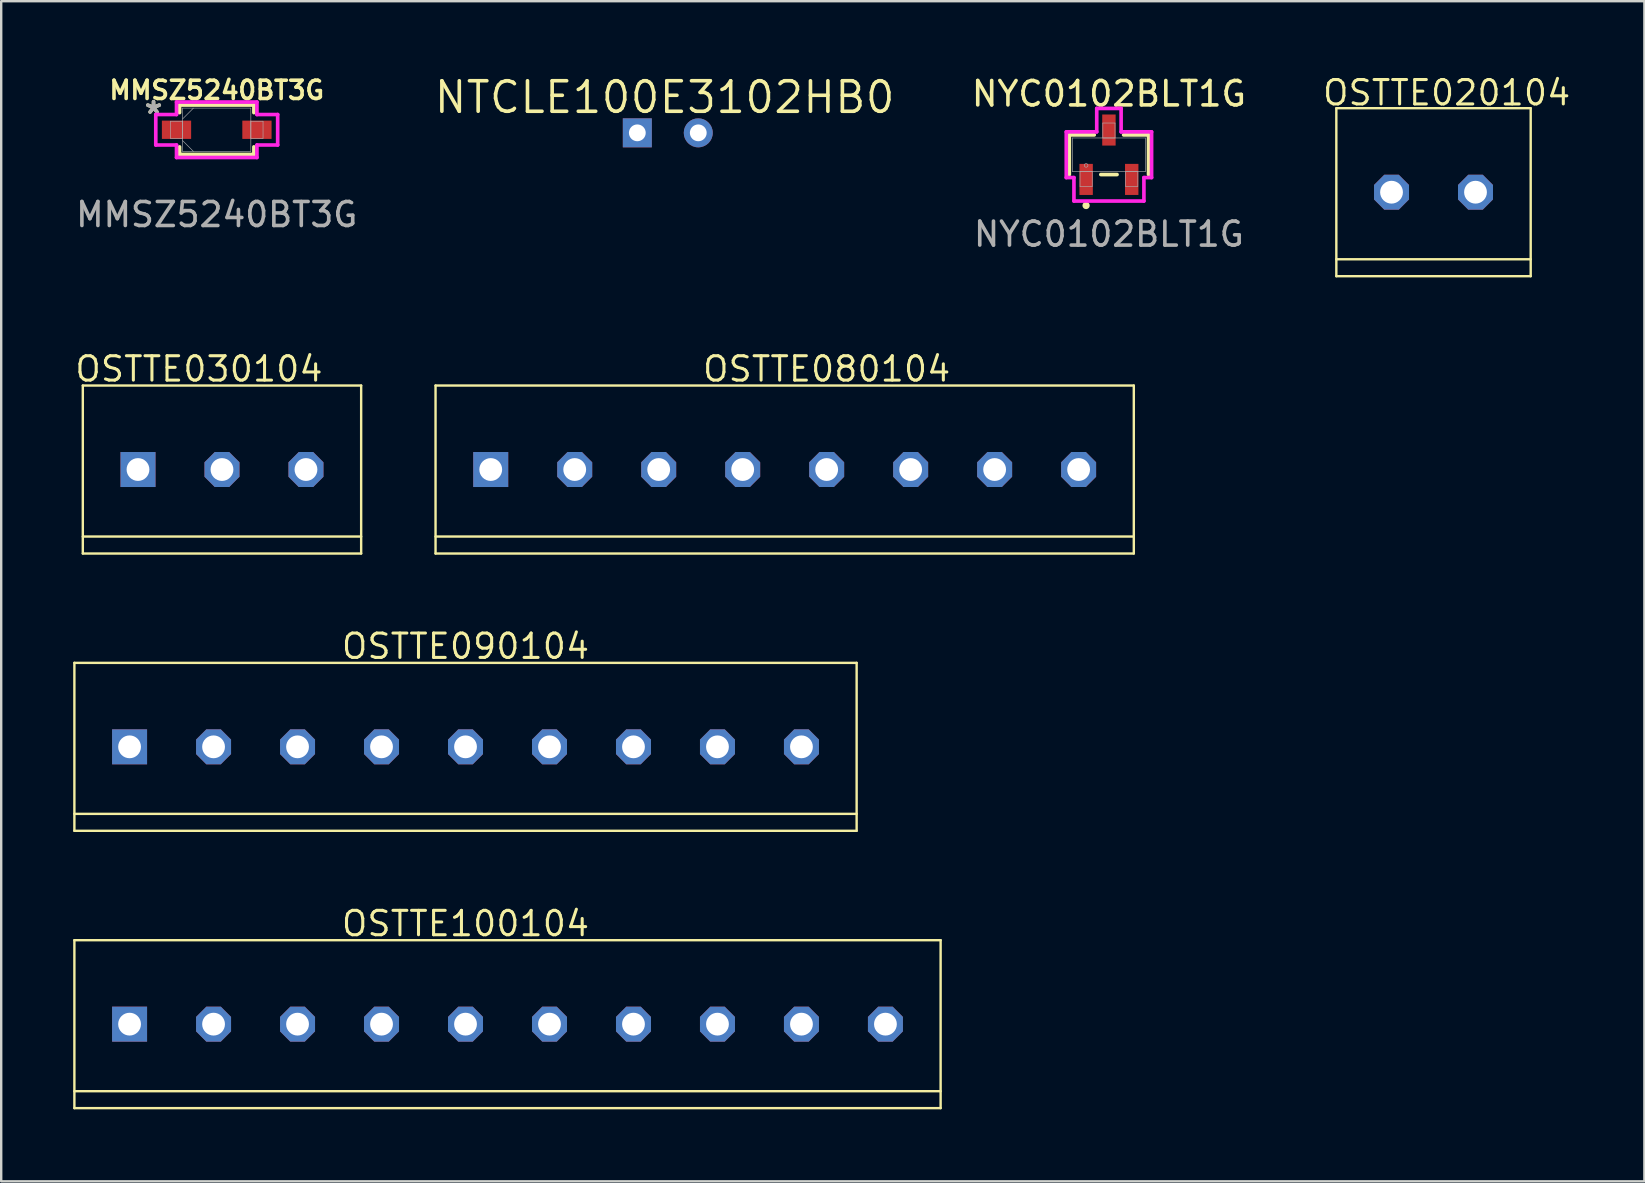
<source format=kicad_pcb>
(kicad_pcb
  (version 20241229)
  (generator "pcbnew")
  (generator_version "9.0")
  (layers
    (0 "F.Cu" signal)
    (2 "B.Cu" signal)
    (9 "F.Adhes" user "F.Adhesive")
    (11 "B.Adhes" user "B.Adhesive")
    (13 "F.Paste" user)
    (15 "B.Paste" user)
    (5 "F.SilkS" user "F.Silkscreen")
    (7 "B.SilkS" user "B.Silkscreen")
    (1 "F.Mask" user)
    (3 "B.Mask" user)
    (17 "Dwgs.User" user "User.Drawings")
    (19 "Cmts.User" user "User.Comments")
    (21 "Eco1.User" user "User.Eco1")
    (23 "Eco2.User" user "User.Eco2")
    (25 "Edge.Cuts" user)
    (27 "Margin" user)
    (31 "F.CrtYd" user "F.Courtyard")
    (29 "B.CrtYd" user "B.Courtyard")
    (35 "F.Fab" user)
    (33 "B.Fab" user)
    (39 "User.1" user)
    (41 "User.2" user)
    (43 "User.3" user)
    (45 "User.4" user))
  (footprint "OSTTE080104"
    (layer "F.Cu")
    (at 31.401 16.517)
    (property "Reference" "OSTTE080104" (at 0 -4.19 0) (layer "F.SilkS") (effects (font (size 1.016 1.016) (thickness 0.127))))
    (attr through_hole)
    (fp_line (start -16.3 -3.5) (end -16.3 3.5) (stroke (width 0.1) (type default)) (layer "F.SilkS"))
    (fp_line (start -16.3 -3.5) (end 12.8 -3.5) (stroke (width 0.1) (type default)) (layer "F.SilkS"))
    (fp_line (start 12.8 -3.5) (end 12.8 3.5) (stroke (width 0.1) (type default)) (layer "F.SilkS"))
    (fp_line (start 12.8 2.794) (end -16.3 2.794) (stroke (width 0.1) (type default)) (layer "F.SilkS"))
    (fp_line (start 12.8 3.5) (end -16.3 3.5) (stroke (width 0.1) (type default)) (layer "F.SilkS"))
    (pad "1" thru_hole rect (at -14 0) (size 1.458 1.458) (drill 0.95) (layers "*.Cu" "*.Mask"))
    (pad "2" thru_hole roundrect (at -10.5 0) (size 1.458 1.458) (drill 0.95) (layers "*.Cu" "*.Mask") (roundrect_rratio 0.25) (chamfer_ratio 0.293) (chamfer top_left top_right bottom_left bottom_right))
    (pad "3" thru_hole roundrect (at -7 0) (size 1.458 1.458) (drill 0.95) (layers "*.Cu" "*.Mask") (roundrect_rratio 0.25) (chamfer_ratio 0.293) (chamfer top_left top_right bottom_left bottom_right))
    (pad "4" thru_hole roundrect (at -3.5 0) (size 1.458 1.458) (drill 0.95) (layers "*.Cu" "*.Mask") (roundrect_rratio 0.25) (chamfer_ratio 0.293) (chamfer top_left top_right bottom_left bottom_right))
    (pad "5" thru_hole roundrect (at 0 0) (size 1.458 1.458) (drill 0.95) (layers "*.Cu" "*.Mask") (roundrect_rratio 0.25) (chamfer_ratio 0.293) (chamfer top_left top_right bottom_left bottom_right))
    (pad "6" thru_hole roundrect (at 3.5 0) (size 1.458 1.458) (drill 0.95) (layers "*.Cu" "*.Mask") (roundrect_rratio 0.25) (chamfer_ratio 0.293) (chamfer top_left top_right bottom_left bottom_right))
    (pad "7" thru_hole roundrect (at 7 0) (size 1.458 1.458) (drill 0.95) (layers "*.Cu" "*.Mask") (roundrect_rratio 0.25) (chamfer_ratio 0.293) (chamfer top_left top_right bottom_left bottom_right))
    (pad "8" thru_hole roundrect (at 10.5 0) (size 1.458 1.458) (drill 0.95) (layers "*.Cu" "*.Mask") (roundrect_rratio 0.25) (chamfer_ratio 0.293) (chamfer top_left top_right bottom_left bottom_right)))
  (footprint "NYC0102BLT1G"
    (layer "F.Cu")
    (at 43.164 3.398)
    (property "Reference" "NYC0102BLT1G" (at 0 -2.54 0) (unlocked yes) (layer "F.SilkS") (effects (font (size 1.016 1.016) (thickness 0.15))))
    (attr smd)
    (fp_line (start -1.651 -0.826) (end -1.651 0.826) (stroke (width 0.152) (type solid)) (layer "F.SilkS"))
    (fp_line (start -0.612 -0.826) (end -1.651 -0.826) (stroke (width 0.152) (type solid)) (layer "F.SilkS"))
    (fp_line (start -0.338 0.826) (end 0.338 0.826) (stroke (width 0.152) (type solid)) (layer "F.SilkS"))
    (fp_line (start 1.651 -0.826) (end 0.612 -0.826) (stroke (width 0.152) (type solid)) (layer "F.SilkS"))
    (fp_line (start 1.651 0.826) (end 1.651 -0.826) (stroke (width 0.152) (type solid)) (layer "F.SilkS"))
    (fp_circle (center -0.952 2.116) (end -0.876 2.116) (stroke (width 0.152) (type solid)) (fill no) (layer "F.SilkS"))
    (fp_line (start -1.778 -0.953) (end -0.508 -0.953) (stroke (width 0.152) (type solid)) (layer "F.CrtYd"))
    (fp_line (start -1.778 0.953) (end -1.778 -0.953) (stroke (width 0.152) (type solid)) (layer "F.CrtYd"))
    (fp_line (start -1.778 0.953) (end -1.458 0.953) (stroke (width 0.152) (type solid)) (layer "F.CrtYd"))
    (fp_line (start -1.458 0.953) (end -1.458 1.93) (stroke (width 0.152) (type solid)) (layer "F.CrtYd"))
    (fp_line (start -1.458 1.93) (end 1.458 1.93) (stroke (width 0.152) (type solid)) (layer "F.CrtYd"))
    (fp_line (start -0.508 -1.93) (end 0.508 -1.93) (stroke (width 0.152) (type solid)) (layer "F.CrtYd"))
    (fp_line (start -0.508 -0.953) (end -0.508 -1.93) (stroke (width 0.152) (type solid)) (layer "F.CrtYd"))
    (fp_line (start 0.508 -0.953) (end 0.508 -1.93) (stroke (width 0.152) (type solid)) (layer "F.CrtYd"))
    (fp_line (start 1.458 0.953) (end 1.458 1.93) (stroke (width 0.152) (type solid)) (layer "F.CrtYd"))
    (fp_line (start 1.778 -0.953) (end 0.508 -0.953) (stroke (width 0.152) (type solid)) (layer "F.CrtYd"))
    (fp_line (start 1.778 -0.953) (end 1.778 0.953) (stroke (width 0.152) (type solid)) (layer "F.CrtYd"))
    (fp_line (start 1.778 0.953) (end 1.458 0.953) (stroke (width 0.152) (type solid)) (layer "F.CrtYd"))
    (fp_line (start -1.524 -0.699) (end -1.524 0.699) (stroke (width 0.025) (type solid)) (layer "F.Fab"))
    (fp_line (start -1.524 0.699) (end 1.524 0.699) (stroke (width 0.025) (type solid)) (layer "F.Fab"))
    (fp_line (start -1.204 0.699) (end -1.204 1.321) (stroke (width 0.025) (type solid)) (layer "F.Fab"))
    (fp_line (start -1.204 1.321) (end -0.696 1.321) (stroke (width 0.025) (type solid)) (layer "F.Fab"))
    (fp_line (start -0.696 0.699) (end -1.204 0.699) (stroke (width 0.025) (type solid)) (layer "F.Fab"))
    (fp_line (start -0.696 1.321) (end -0.696 0.699) (stroke (width 0.025) (type solid)) (layer "F.Fab"))
    (fp_line (start -0.254 -1.321) (end -0.254 -0.699) (stroke (width 0.025) (type solid)) (layer "F.Fab"))
    (fp_line (start -0.254 -0.699) (end 0.254 -0.699) (stroke (width 0.025) (type solid)) (layer "F.Fab"))
    (fp_line (start 0.254 -1.321) (end -0.254 -1.321) (stroke (width 0.025) (type solid)) (layer "F.Fab"))
    (fp_line (start 0.254 -0.699) (end 0.254 -1.321) (stroke (width 0.025) (type solid)) (layer "F.Fab"))
    (fp_line (start 0.696 0.699) (end 0.696 1.321) (stroke (width 0.025) (type solid)) (layer "F.Fab"))
    (fp_line (start 0.696 1.321) (end 1.204 1.321) (stroke (width 0.025) (type solid)) (layer "F.Fab"))
    (fp_line (start 1.204 0.699) (end 0.696 0.699) (stroke (width 0.025) (type solid)) (layer "F.Fab"))
    (fp_line (start 1.204 1.321) (end 1.204 0.699) (stroke (width 0.025) (type solid)) (layer "F.Fab"))
    (fp_line (start 1.524 -0.699) (end -1.524 -0.699) (stroke (width 0.025) (type solid)) (layer "F.Fab"))
    (fp_line (start 1.524 0.699) (end 1.524 -0.699) (stroke (width 0.025) (type solid)) (layer "F.Fab"))
    (fp_circle (center -0.95 0.445) (end -0.874 0.445) (stroke (width 0.025) (type solid)) (fill no) (layer "F.Fab"))
    (fp_text user "${REFERENCE}" (at -0.002 3.31 0) (unlocked yes) (layer "F.Fab") (effects (font (size 1 1) (thickness 0.15))))
    (pad "1" smd rect (at -0.95 1.029) (size 0.559 1.295) (layers "F.Cu" "F.Mask" "F.Paste"))
    (pad "2" smd rect (at 0.95 1.029) (size 0.559 1.295) (layers "F.Cu" "F.Mask" "F.Paste"))
    (pad "3" smd rect (at 0 -1.029) (size 0.559 1.295) (layers "F.Cu" "F.Mask" "F.Paste")))
  (footprint "NTCLE100E3102HB0"
    (layer "F.Cu")
    (at 23.51 2.486)
    (property "Reference" "NTCLE100E3102HB0" (at 1.138 -1.48 0) (layer "F.SilkS") (effects (font (size 1.27 1.27) (thickness 0.15))))
    (attr through_hole)
    (pad "P$1" thru_hole rect (at 0 0) (size 1.208 1.208) (drill 0.7) (layers "*.Cu" "*.Mask"))
    (pad "P$2" thru_hole circle (at 2.54 0) (size 1.208 1.208) (drill 0.7) (layers "*.Cu" "*.Mask")))
  (footprint "MMSZ5240BT3G"
    (layer "F.Cu")
    (at 5.982 2.358)
    (property "Reference" "MMSZ5240BT3G" (at 0 -1.649 0) (unlocked yes) (layer "F.SilkS") (effects (font (size 0.762 0.762) (thickness 0.15))))
    (attr smd)
    (fp_line (start -1.549 -1.029) (end -1.549 -0.714) (stroke (width 0.152) (type solid)) (layer "F.SilkS"))
    (fp_line (start -1.549 0.714) (end -1.549 1.029) (stroke (width 0.152) (type solid)) (layer "F.SilkS"))
    (fp_line (start -1.549 1.029) (end 1.549 1.029) (stroke (width 0.152) (type solid)) (layer "F.SilkS"))
    (fp_line (start 1.549 -1.029) (end -1.549 -1.029) (stroke (width 0.152) (type solid)) (layer "F.SilkS"))
    (fp_line (start 1.549 -0.714) (end 1.549 -1.029) (stroke (width 0.152) (type solid)) (layer "F.SilkS"))
    (fp_line (start 1.549 1.029) (end 1.549 0.714) (stroke (width 0.152) (type solid)) (layer "F.SilkS"))
    (fp_line (start -2.54 -0.635) (end -1.676 -0.635) (stroke (width 0.152) (type solid)) (layer "F.CrtYd"))
    (fp_line (start -2.54 0.635) (end -2.54 -0.635) (stroke (width 0.152) (type solid)) (layer "F.CrtYd"))
    (fp_line (start -1.676 -1.156) (end 1.676 -1.156) (stroke (width 0.152) (type solid)) (layer "F.CrtYd"))
    (fp_line (start -1.676 -0.635) (end -1.676 -1.156) (stroke (width 0.152) (type solid)) (layer "F.CrtYd"))
    (fp_line (start -1.676 0.635) (end -2.54 0.635) (stroke (width 0.152) (type solid)) (layer "F.CrtYd"))
    (fp_line (start -1.676 1.156) (end -1.676 0.635) (stroke (width 0.152) (type solid)) (layer "F.CrtYd"))
    (fp_line (start 1.676 -1.156) (end 1.676 -0.635) (stroke (width 0.152) (type solid)) (layer "F.CrtYd"))
    (fp_line (start 1.676 -0.635) (end 2.54 -0.635) (stroke (width 0.152) (type solid)) (layer "F.CrtYd"))
    (fp_line (start 1.676 0.635) (end 1.676 1.156) (stroke (width 0.152) (type solid)) (layer "F.CrtYd"))
    (fp_line (start 1.676 1.156) (end -1.676 1.156) (stroke (width 0.152) (type solid)) (layer "F.CrtYd"))
    (fp_line (start 2.54 -0.635) (end 2.54 0.635) (stroke (width 0.152) (type solid)) (layer "F.CrtYd"))
    (fp_line (start 2.54 0.635) (end 1.676 0.635) (stroke (width 0.152) (type solid)) (layer "F.CrtYd"))
    (fp_line (start -1.93 -0.356) (end -1.93 0.356) (stroke (width 0.025) (type solid)) (layer "F.Fab"))
    (fp_line (start -1.93 0.356) (end -1.422 0.356) (stroke (width 0.025) (type solid)) (layer "F.Fab"))
    (fp_line (start -1.422 -0.902) (end -1.422 0.902) (stroke (width 0.025) (type solid)) (layer "F.Fab"))
    (fp_line (start -1.422 -0.451) (end -0.972 -0.902) (stroke (width 0.025) (type solid)) (layer "F.Fab"))
    (fp_line (start -1.422 -0.356) (end -1.93 -0.356) (stroke (width 0.025) (type solid)) (layer "F.Fab"))
    (fp_line (start -1.422 0.356) (end -1.422 -0.356) (stroke (width 0.025) (type solid)) (layer "F.Fab"))
    (fp_line (start -1.422 0.451) (end -0.972 0.902) (stroke (width 0.025) (type solid)) (layer "F.Fab"))
    (fp_line (start -1.422 0.902) (end 1.422 0.902) (stroke (width 0.025) (type solid)) (layer "F.Fab"))
    (fp_line (start 1.422 -0.902) (end -1.422 -0.902) (stroke (width 0.025) (type solid)) (layer "F.Fab"))
    (fp_line (start 1.422 -0.356) (end 1.422 0.356) (stroke (width 0.025) (type solid)) (layer "F.Fab"))
    (fp_line (start 1.422 0.356) (end 1.93 0.356) (stroke (width 0.025) (type solid)) (layer "F.Fab"))
    (fp_line (start 1.422 0.902) (end 1.422 -0.902) (stroke (width 0.025) (type solid)) (layer "F.Fab"))
    (fp_line (start 1.93 -0.356) (end 1.422 -0.356) (stroke (width 0.025) (type solid)) (layer "F.Fab"))
    (fp_line (start 1.93 0.356) (end 1.93 -0.356) (stroke (width 0.025) (type solid)) (layer "F.Fab"))
    (fp_text user "*" (at -2.633 -0.625 0) (layer "F.SilkS") (effects (font (size 1 1) (thickness 0.15))))
    (fp_text user "*" (at -2.633 -0.625 0) (layer "F.Fab") (effects (font (size 1 1) (thickness 0.15))))
    (fp_text user "${REFERENCE}" (at 0 3.534 0) (unlocked yes) (layer "F.Fab") (effects (font (size 1 1) (thickness 0.15))))
    (pad "1" smd rect (at -1.676 0) (size 1.219 0.762) (layers "F.Cu" "F.Mask" "F.Paste"))
    (pad "2" smd rect (at 1.676 0) (size 1.219 0.762) (layers "F.Cu" "F.Mask" "F.Paste")))
  (footprint "OSTTE100104"
    (layer "F.Cu")
    (at 16.35 39.631)
    (property "Reference" "OSTTE100104" (at 0 -4.19 0) (layer "F.SilkS") (effects (font (size 1.016 1.016) (thickness 0.127))))
    (attr through_hole)
    (fp_line (start -16.3 -3.5) (end -16.3 3.5) (stroke (width 0.1) (type default)) (layer "F.SilkS"))
    (fp_line (start -16.3 -3.5) (end 19.8 -3.5) (stroke (width 0.1) (type default)) (layer "F.SilkS"))
    (fp_line (start 19.8 -3.5) (end 19.8 3.5) (stroke (width 0.1) (type default)) (layer "F.SilkS"))
    (fp_line (start 19.8 2.794) (end -16.3 2.794) (stroke (width 0.1) (type default)) (layer "F.SilkS"))
    (fp_line (start 19.8 3.5) (end -16.3 3.5) (stroke (width 0.1) (type default)) (layer "F.SilkS"))
    (pad "1" thru_hole rect (at -14 0) (size 1.458 1.458) (drill 0.95) (layers "*.Cu" "*.Mask"))
    (pad "2" thru_hole roundrect (at -10.5 0) (size 1.458 1.458) (drill 0.95) (layers "*.Cu" "*.Mask") (roundrect_rratio 0.25) (chamfer_ratio 0.293) (chamfer top_left top_right bottom_left bottom_right))
    (pad "3" thru_hole roundrect (at -7 0) (size 1.458 1.458) (drill 0.95) (layers "*.Cu" "*.Mask") (roundrect_rratio 0.25) (chamfer_ratio 0.293) (chamfer top_left top_right bottom_left bottom_right))
    (pad "4" thru_hole roundrect (at -3.5 0) (size 1.458 1.458) (drill 0.95) (layers "*.Cu" "*.Mask") (roundrect_rratio 0.25) (chamfer_ratio 0.293) (chamfer top_left top_right bottom_left bottom_right))
    (pad "5" thru_hole roundrect (at 0 0) (size 1.458 1.458) (drill 0.95) (layers "*.Cu" "*.Mask") (roundrect_rratio 0.25) (chamfer_ratio 0.293) (chamfer top_left top_right bottom_left bottom_right))
    (pad "6" thru_hole roundrect (at 3.5 0) (size 1.458 1.458) (drill 0.95) (layers "*.Cu" "*.Mask") (roundrect_rratio 0.25) (chamfer_ratio 0.293) (chamfer top_left top_right bottom_left bottom_right))
    (pad "7" thru_hole roundrect (at 7 0) (size 1.458 1.458) (drill 0.95) (layers "*.Cu" "*.Mask") (roundrect_rratio 0.25) (chamfer_ratio 0.293) (chamfer top_left top_right bottom_left bottom_right))
    (pad "8" thru_hole roundrect (at 10.5 0) (size 1.458 1.458) (drill 0.95) (layers "*.Cu" "*.Mask") (roundrect_rratio 0.25) (chamfer_ratio 0.293) (chamfer top_left top_right bottom_left bottom_right))
    (pad "9" thru_hole roundrect (at 14 0) (size 1.458 1.458) (drill 0.95) (layers "*.Cu" "*.Mask") (roundrect_rratio 0.25) (chamfer_ratio 0.293) (chamfer top_left top_right bottom_left bottom_right))
    (pad "10" thru_hole roundrect (at 17.5 0) (size 1.458 1.458) (drill 0.95) (layers "*.Cu" "*.Mask") (roundrect_rratio 0.25) (chamfer_ratio 0.293) (chamfer top_left top_right bottom_left bottom_right)))
  (footprint "OSTTE020104"
    (layer "F.Cu")
    (at 54.941 4.96)
    (property "Reference" "OSTTE020104" (at 2.297 -4.143 0) (layer "F.SilkS") (effects (font (size 1.016 1.016) (thickness 0.127))))
    (attr through_hole)
    (fp_line (start -2.3 -3.5) (end -2.3 3.5) (stroke (width 0.1) (type default)) (layer "F.SilkS"))
    (fp_line (start -2.3 -3.5) (end 5.8 -3.5) (stroke (width 0.1) (type default)) (layer "F.SilkS"))
    (fp_line (start -2.3 2.794) (end 5.8 2.794) (stroke (width 0.1) (type default)) (layer "F.SilkS"))
    (fp_line (start -2.3 3.5) (end 5.8 3.5) (stroke (width 0.1) (type default)) (layer "F.SilkS"))
    (fp_line (start 5.8 -3.5) (end 5.8 3.5) (stroke (width 0.1) (type default)) (layer "F.SilkS"))
    (pad "1" thru_hole roundrect (at 0 0) (size 1.458 1.458) (drill 0.95) (layers "*.Cu" "*.Mask") (roundrect_rratio 0.25) (chamfer_ratio 0.293) (chamfer top_left top_right bottom_left bottom_right))
    (pad "2" thru_hole roundrect (at 3.5 0) (size 1.458 1.458) (drill 0.95) (layers "*.Cu" "*.Mask") (roundrect_rratio 0.25) (chamfer_ratio 0.293) (chamfer top_left top_right bottom_left bottom_right)))
  (footprint "OSTTE090104"
    (layer "F.Cu")
    (at 16.35 28.074)
    (property "Reference" "OSTTE090104" (at 0 -4.19 0) (layer "F.SilkS") (effects (font (size 1.016 1.016) (thickness 0.127))))
    (attr through_hole)
    (fp_line (start -16.3 -3.5) (end -16.3 3.5) (stroke (width 0.1) (type default)) (layer "F.SilkS"))
    (fp_line (start -16.3 -3.5) (end 16.3 -3.5) (stroke (width 0.1) (type default)) (layer "F.SilkS"))
    (fp_line (start 16.3 -3.5) (end 16.3 3.5) (stroke (width 0.1) (type default)) (layer "F.SilkS"))
    (fp_line (start 16.3 2.794) (end -16.3 2.794) (stroke (width 0.1) (type default)) (layer "F.SilkS"))
    (fp_line (start 16.3 3.5) (end -16.3 3.5) (stroke (width 0.1) (type default)) (layer "F.SilkS"))
    (pad "1" thru_hole rect (at -14 0) (size 1.458 1.458) (drill 0.95) (layers "*.Cu" "*.Mask"))
    (pad "2" thru_hole roundrect (at -10.5 0) (size 1.458 1.458) (drill 0.95) (layers "*.Cu" "*.Mask") (roundrect_rratio 0.25) (chamfer_ratio 0.293) (chamfer top_left top_right bottom_left bottom_right))
    (pad "3" thru_hole roundrect (at -7 0) (size 1.458 1.458) (drill 0.95) (layers "*.Cu" "*.Mask") (roundrect_rratio 0.25) (chamfer_ratio 0.293) (chamfer top_left top_right bottom_left bottom_right))
    (pad "4" thru_hole roundrect (at -3.5 0) (size 1.458 1.458) (drill 0.95) (layers "*.Cu" "*.Mask") (roundrect_rratio 0.25) (chamfer_ratio 0.293) (chamfer top_left top_right bottom_left bottom_right))
    (pad "5" thru_hole roundrect (at 0 0) (size 1.458 1.458) (drill 0.95) (layers "*.Cu" "*.Mask") (roundrect_rratio 0.25) (chamfer_ratio 0.293) (chamfer top_left top_right bottom_left bottom_right))
    (pad "6" thru_hole roundrect (at 3.5 0) (size 1.458 1.458) (drill 0.95) (layers "*.Cu" "*.Mask") (roundrect_rratio 0.25) (chamfer_ratio 0.293) (chamfer top_left top_right bottom_left bottom_right))
    (pad "7" thru_hole roundrect (at 7 0) (size 1.458 1.458) (drill 0.95) (layers "*.Cu" "*.Mask") (roundrect_rratio 0.25) (chamfer_ratio 0.293) (chamfer top_left top_right bottom_left bottom_right))
    (pad "8" thru_hole roundrect (at 10.5 0) (size 1.458 1.458) (drill 0.95) (layers "*.Cu" "*.Mask") (roundrect_rratio 0.25) (chamfer_ratio 0.293) (chamfer top_left top_right bottom_left bottom_right))
    (pad "9" thru_hole roundrect (at 14 0) (size 1.458 1.458) (drill 0.95) (layers "*.Cu" "*.Mask") (roundrect_rratio 0.25) (chamfer_ratio 0.293) (chamfer top_left top_right bottom_left bottom_right)))
  (footprint "OSTTE030104"
    (layer "F.Cu")
    (at 2.701 16.517)
    (property "Reference" "OSTTE030104" (at 2.54 -4.19 0) (layer "F.SilkS") (effects (font (size 1.016 1.016) (thickness 0.127))))
    (attr through_hole)
    (fp_line (start -2.3 -3.5) (end -2.3 3.5) (stroke (width 0.1) (type default)) (layer "F.SilkS"))
    (fp_line (start -2.3 -3.5) (end 9.3 -3.5) (stroke (width 0.1) (type default)) (layer "F.SilkS"))
    (fp_line (start 9.3 -3.5) (end 9.3 3.5) (stroke (width 0.1) (type default)) (layer "F.SilkS"))
    (fp_line (start 9.3 2.794) (end -2.3 2.794) (stroke (width 0.1) (type default)) (layer "F.SilkS"))
    (fp_line (start 9.3 3.5) (end -2.3 3.5) (stroke (width 0.1) (type default)) (layer "F.SilkS"))
    (pad "1" thru_hole rect (at 0 0) (size 1.458 1.458) (drill 0.95) (layers "*.Cu" "*.Mask"))
    (pad "2" thru_hole roundrect (at 3.5 0) (size 1.458 1.458) (drill 0.95) (layers "*.Cu" "*.Mask") (roundrect_rratio 0.25) (chamfer_ratio 0.293) (chamfer top_left top_right bottom_left bottom_right))
    (pad "3" thru_hole roundrect (at 7 0) (size 1.458 1.458) (drill 0.95) (layers "*.Cu" "*.Mask") (roundrect_rratio 0.25) (chamfer_ratio 0.293) (chamfer top_left top_right bottom_left bottom_right)))
  (gr_rect
    (start -3 -3)
    (end 65.479 46.181)
    (stroke (width 0.1) (type default))
    (fill no)
    (layer "Edge.Cuts")))
</source>
